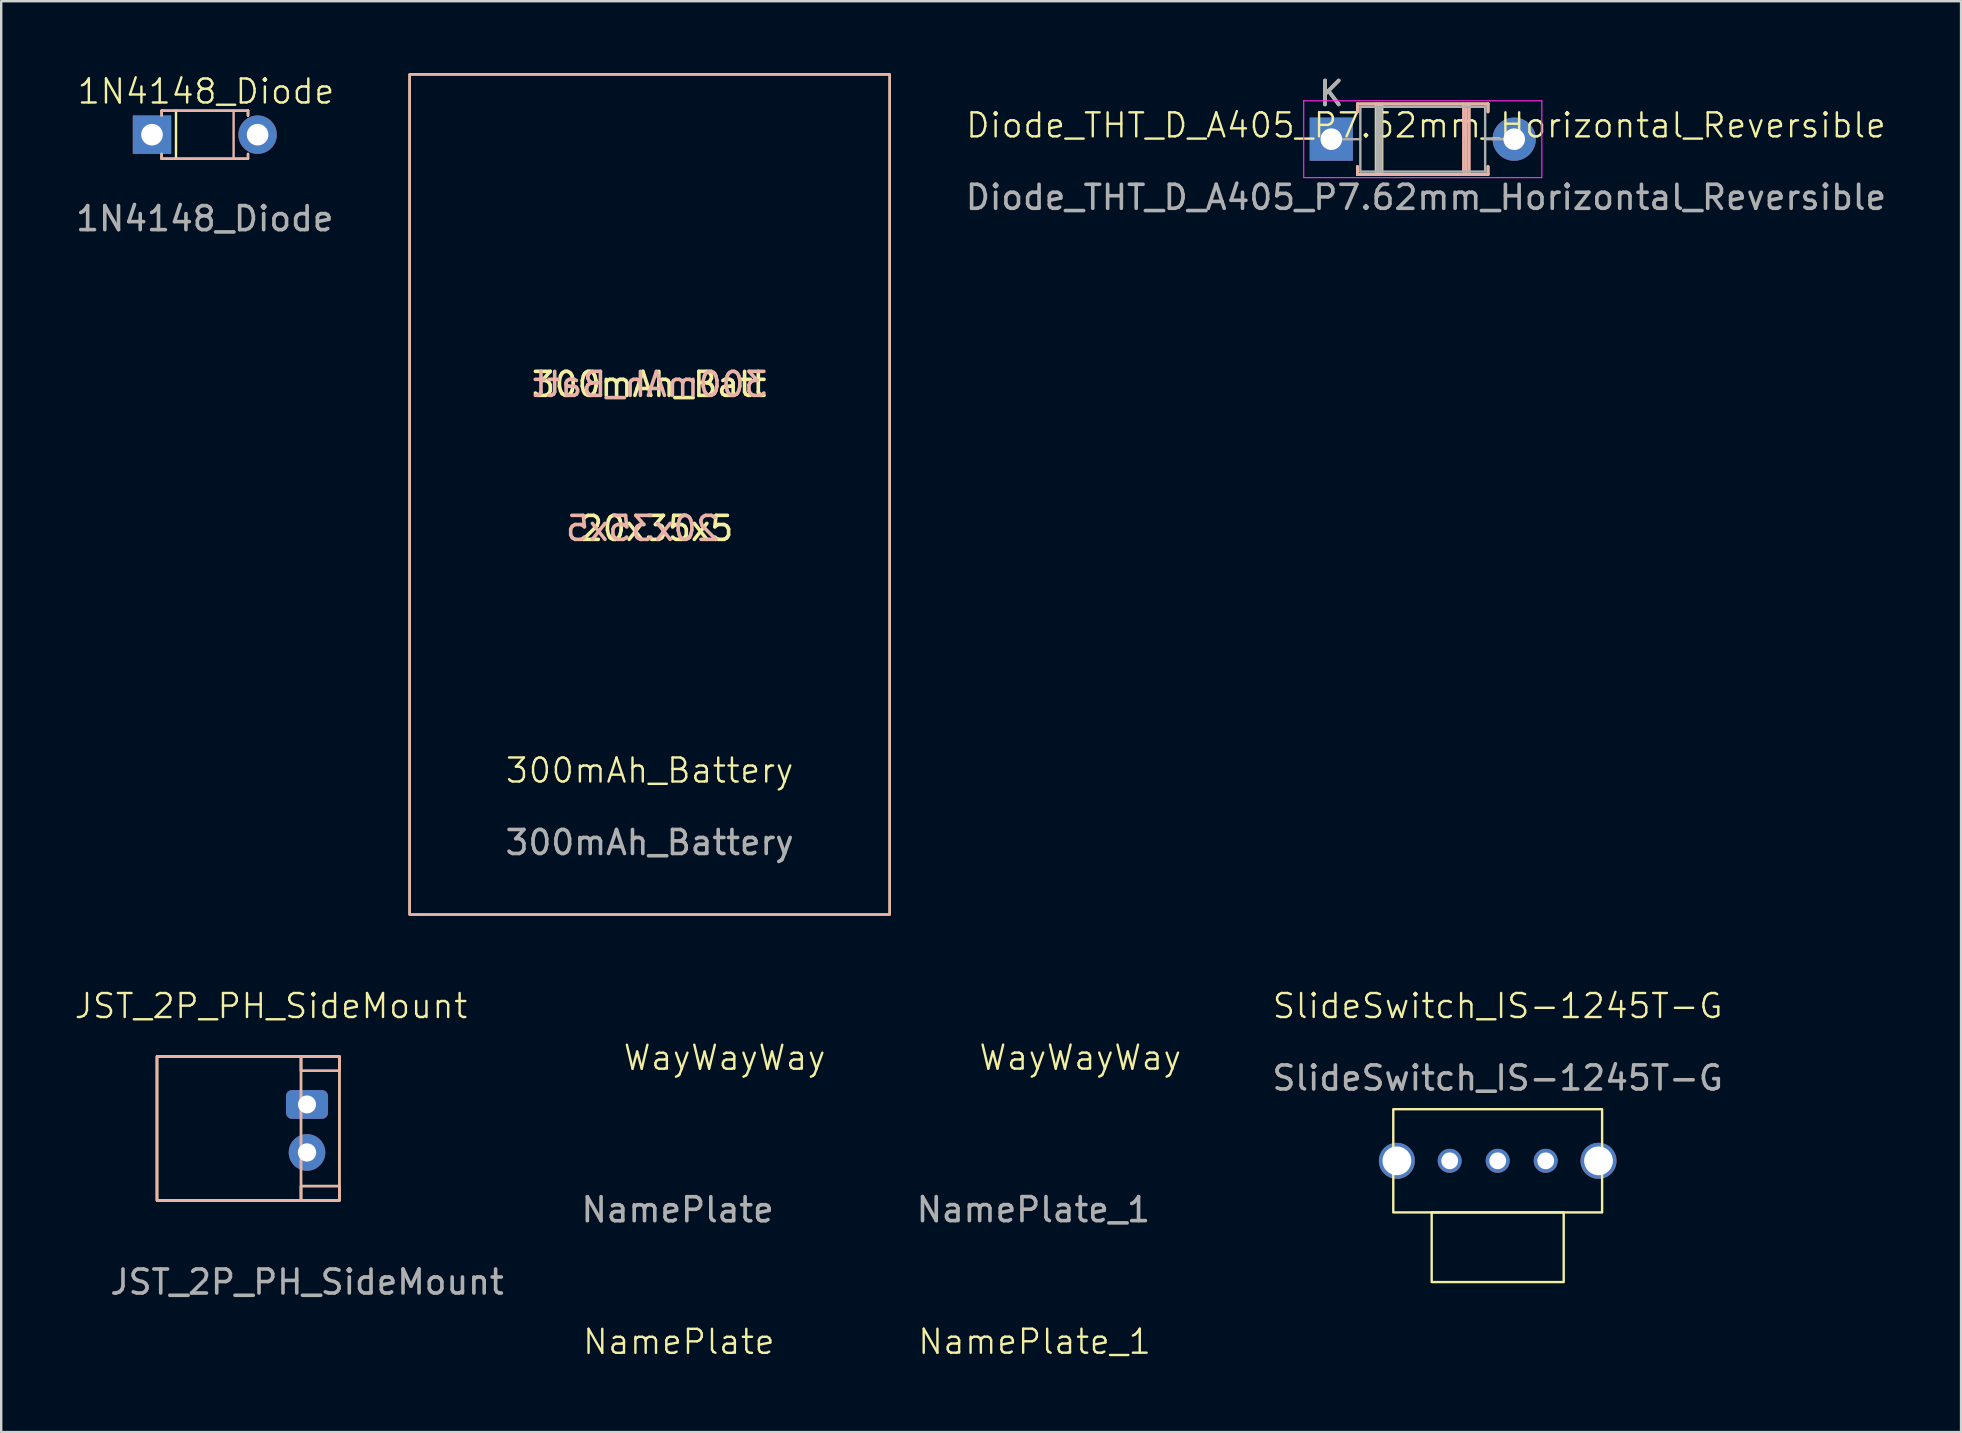
<source format=kicad_pcb>
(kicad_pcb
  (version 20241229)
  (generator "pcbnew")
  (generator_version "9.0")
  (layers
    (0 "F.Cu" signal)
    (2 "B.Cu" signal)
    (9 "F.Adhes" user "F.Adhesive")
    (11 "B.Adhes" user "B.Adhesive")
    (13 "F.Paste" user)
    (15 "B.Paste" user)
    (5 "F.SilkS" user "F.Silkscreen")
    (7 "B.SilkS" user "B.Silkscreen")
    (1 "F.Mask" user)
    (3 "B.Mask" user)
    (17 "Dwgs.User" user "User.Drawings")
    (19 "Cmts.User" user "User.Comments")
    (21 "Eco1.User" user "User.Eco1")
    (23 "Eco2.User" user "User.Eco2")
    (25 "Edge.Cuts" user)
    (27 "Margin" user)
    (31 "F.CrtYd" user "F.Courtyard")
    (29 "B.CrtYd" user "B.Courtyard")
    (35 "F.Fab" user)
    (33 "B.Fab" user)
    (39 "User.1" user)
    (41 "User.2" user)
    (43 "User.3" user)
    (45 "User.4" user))
  (footprint "SlideSwitch_IS-1245T-G"
    (layer "F.Cu")
    (at 59.344 45.31)
    (property "Reference" "SlideSwitch_IS-1245T-G" (at 0 -6.45 0) (unlocked yes) (layer "F.SilkS") (effects (font (size 1 1) (thickness 0.1))))
    (attr through_hole)
    (fp_rect (start -4.35 -2.15) (end 4.35 2.15) (stroke (width 0.1) (type default)) (fill no) (layer "F.SilkS"))
    (fp_rect (start -2.75 2.15) (end 2.75 5.05) (stroke (width 0.1) (type default)) (fill no) (layer "F.SilkS"))
    (fp_text user "${REFERENCE}" (at 0 -3.45 0) (unlocked yes) (layer "F.Fab") (effects (font (size 1 1) (thickness 0.15))))
    (pad "" thru_hole circle (at -4.2 0) (size 1.5 1.5) (drill 1.2) (layers "*.Cu" "*.Mask"))
    (pad "" thru_hole circle (at 4.2 0) (size 1.5 1.5) (drill 1.2) (layers "*.Cu" "*.Mask"))
    (pad "1" thru_hole circle (at -2 0) (size 1 1) (drill 0.7) (layers "*.Cu" "*.Mask"))
    (pad "2" thru_hole circle (at 0 0) (size 1 1) (drill 0.7) (layers "*.Cu" "*.Mask"))
    (pad "3" thru_hole circle (at 2 0) (size 1 1) (drill 0.7) (layers "*.Cu" "*.Mask")))
  (footprint "1N4148_Diode"
    (layer "F.Cu")
    (at 5.482 2.561)
    (property "Reference" "1N4148_Diode" (at 0.05 -1.8 0) (unlocked yes) (layer "F.SilkS") (effects (font (size 1 1) (thickness 0.1))))
    (attr through_hole)
    (fp_line (start -1.8 -1) (end -1.8 -0.8) (stroke (width 0.1) (type default)) (layer "F.SilkS"))
    (fp_line (start -1.8 1) (end -1.8 0.8) (stroke (width 0.1) (type default)) (layer "F.SilkS"))
    (fp_line (start -1.8 1) (end 1.8 1) (stroke (width 0.1) (type default)) (layer "F.SilkS"))
    (fp_line (start -1.2 1) (end -1.2 -1) (stroke (width 0.05) (type default)) (layer "F.SilkS"))
    (fp_line (start -1.2 1) (end -1.2 -1) (stroke (width 0.1) (type default)) (layer "F.SilkS"))
    (fp_line (start 1.8 -1) (end -1.8 -1) (stroke (width 0.1) (type default)) (layer "F.SilkS"))
    (fp_line (start 1.8 -1) (end 1.8 -0.8) (stroke (width 0.1) (type default)) (layer "F.SilkS"))
    (fp_line (start 1.8 -0.8) (end 1.8 -1) (stroke (width 0.1) (type default)) (layer "F.SilkS"))
    (fp_line (start 1.8 1) (end 1.8 0.8) (stroke (width 0.1) (type default)) (layer "F.SilkS"))
    (fp_line (start -1.8 -1) (end 1.8 -1) (stroke (width 0.1) (type default)) (layer "B.SilkS"))
    (fp_line (start -1.8 -0.8) (end -1.8 -1) (stroke (width 0.1) (type default)) (layer "B.SilkS"))
    (fp_line (start -1.8 1) (end -1.8 0.8) (stroke (width 0.1) (type default)) (layer "B.SilkS"))
    (fp_line (start 1.2 -1) (end 1.2 1) (stroke (width 0.1) (type default)) (layer "B.SilkS"))
    (fp_line (start 1.8 -1) (end 1.8 -0.8) (stroke (width 0.1) (type default)) (layer "B.SilkS"))
    (fp_line (start 1.8 0.8) (end 1.8 1) (stroke (width 0.1) (type default)) (layer "B.SilkS"))
    (fp_line (start 1.8 1) (end -1.8 1) (stroke (width 0.1) (type default)) (layer "B.SilkS"))
    (fp_text user "${REFERENCE}" (at 0 3.5 0) (unlocked yes) (layer "F.Fab") (effects (font (size 1 1) (thickness 0.15))))
    (pad "1" thru_hole rect (at -2.2 0) (size 1.6 1.6) (drill 0.9) (layers "*.Cu" "*.Mask"))
    (pad "2" thru_hole circle (at 2.2 0) (size 1.6 1.6) (drill 0.9) (layers "*.Cu" "*.Mask")))
  (footprint "NamePlate_1"
    (layer "F.Cu")
    (at 40.026 40.146)
    (property "Reference" "NamePlate_1" (at 0.025 12.7 0) (unlocked yes) (layer "F.SilkS") (effects (font (size 1 1) (thickness 0.1))))
    (attr smd)
    (fp_line (start -3.921 -1.421) (end -3.921 1.421) (stroke (width 0.25) (type default)) (layer "F.Mask"))
    (fp_line (start -3.421 -1.921) (end 5.721 -1.921) (stroke (width 0.25) (type default)) (layer "F.Mask"))
    (fp_line (start -3.421 1.921) (end 5.721 1.921) (stroke (width 0.25) (type default)) (layer "F.Mask"))
    (fp_line (start 6.221 -1.421) (end 6.221 1.421) (stroke (width 0.25) (type default)) (layer "F.Mask"))
    (fp_rect (start 5.98 -1.775) (end 6.135 -0.98) (stroke (width 0.1) (type solid)) (fill yes) (layer "F.Mask"))
    (fp_arc (start -3.921447 -1.421447) (mid -3.775 -1.775) (end -3.421447 -1.921447) (stroke (width 0.25) (type default)) (layer "F.Mask"))
    (fp_arc (start -3.421447 1.921447) (mid -3.775 1.775) (end -3.921447 1.421447) (stroke (width 0.25) (type default)) (layer "F.Mask"))
    (fp_arc (start 5.721447 -1.921447) (mid 6.075 -1.775) (end 6.221447 -1.421447) (stroke (width 0.25) (type default)) (layer "F.Mask"))
    (fp_arc (start 6.221447 1.421447) (mid 6.075 1.775) (end 5.721447 1.921447) (stroke (width 0.25) (type default)) (layer "F.Mask"))
    (fp_text user "SN:" (at -3.725 1.825 0) (unlocked yes) (layer "F.Mask") (effects (font (face "Arial") (size 0.7 0.7) (thickness 0.15) (bold yes)) (justify left bottom)))
    (fp_text user "LGK-246" (at -3.79 -0.51 0) (unlocked yes) (layer "F.Mask" knockout) (effects (font (face "Arial Black") (size 1 1) (thickness 0.2) (bold yes)) (justify left bottom)))
    (fp_text user "PN : 01" (at 2.76 -0.9 0) (unlocked yes) (layer "F.Mask" knockout) (effects (font (face "Arial") (size 0.7 0.7) (thickness 0.15) (bold yes)) (justify left bottom)))
    (fp_text user "Wireless Keyboard" (at -3.75 0.325 0) (unlocked yes) (layer "F.Mask") (effects (font (face "Arial") (size 0.7 0.7) (thickness 0.15) (bold yes)) (justify left bottom)))
    (fp_text user "WayWayWay" (at -2.35 1.45 0) (unlocked yes) (layer "F.SilkS") (effects (font (size 1 1) (thickness 0.1)) (justify left bottom)))
    (fp_text user "${REFERENCE}" (at -0.025 7.2 0) (unlocked yes) (layer "F.Fab") (effects (font (size 1 1) (thickness 0.15)))))
  (footprint "JST_2P_PH_SideMount"
    (layer "F.Cu")
    (at 9.74 43.961)
    (property "Reference" "JST_2P_PH_SideMount" (at -1.5 -5.1 0) (unlocked yes) (layer "F.SilkS") (effects (font (size 1 1) (thickness 0.1))))
    (attr through_hole)
    (fp_rect (start -6.25 -3) (end -0.25 3) (stroke (width 0.1) (type default)) (fill no) (layer "F.SilkS"))
    (fp_rect (start -6.25 -3) (end 1.35 3) (stroke (width 0.1) (type default)) (fill no) (layer "F.SilkS"))
    (fp_rect (start -0.25 -3) (end 1.35 -2.4) (stroke (width 0.1) (type default)) (fill no) (layer "F.SilkS"))
    (fp_rect (start -0.25 2.4) (end 1.35 3) (stroke (width 0.1) (type default)) (fill no) (layer "F.SilkS"))
    (fp_rect (start -6.25 -3) (end -0.25 3) (stroke (width 0.1) (type default)) (fill no) (layer "B.SilkS"))
    (fp_rect (start -6.25 -3) (end 1.35 3) (stroke (width 0.1) (type default)) (fill no) (layer "B.SilkS"))
    (fp_rect (start -0.25 -3) (end 1.35 -2.4) (stroke (width 0.1) (type default)) (fill no) (layer "B.SilkS"))
    (fp_rect (start -0.25 2.4) (end 1.35 3) (stroke (width 0.1) (type default)) (fill no) (layer "B.SilkS"))
    (fp_line (start 0 0) (end -6.25 0) (stroke (width 0.1) (type default)) (layer "User.1"))
    (fp_line (start 0 0) (end 1.35 0) (stroke (width 0.1) (type default)) (layer "User.1"))
    (fp_text user "${REFERENCE}" (at 0 6.4 0) (unlocked yes) (layer "F.Fab") (effects (font (size 1 1) (thickness 0.15))))
    (pad "1" thru_hole roundrect (at 0 -1 90) (size 1.2 1.75) (drill 0.75) (layers "*.Cu" "*.Mask") (roundrect_rratio 0.208))
    (pad "2" thru_hole circle (at 0 1) (size 1.524 1.524) (drill 0.762) (layers "*.Cu" "*.Mask")))
  (footprint "Diode_THT_D_A405_P7.62mm_Horizontal_Reversible"
    (layer "F.Cu")
    (at 56.356 2.672)
    (property "Reference" "Diode_THT_D_A405_P7.62mm_Horizontal_Reversible" (at 0 -0.5 0) (unlocked yes) (layer "F.SilkS") (effects (font (size 1 1) (thickness 0.1))))
    (attr through_hole)
    (fp_line (start -2.854 -1.394) (end 2.586 -1.394) (stroke (width 0.12) (type solid)) (layer "F.SilkS"))
    (fp_line (start -2.854 -1.064) (end -2.854 -1.394) (stroke (width 0.12) (type solid)) (layer "F.SilkS"))
    (fp_line (start -2.854 1.216) (end -2.854 1.546) (stroke (width 0.12) (type solid)) (layer "F.SilkS"))
    (fp_line (start -2.854 1.546) (end 2.586 1.546) (stroke (width 0.12) (type solid)) (layer "F.SilkS"))
    (fp_line (start -2.074 -1.394) (end -2.074 1.546) (stroke (width 0.12) (type solid)) (layer "F.SilkS"))
    (fp_line (start -1.954 -1.394) (end -1.954 1.546) (stroke (width 0.12) (type solid)) (layer "F.SilkS"))
    (fp_line (start -1.834 -1.394) (end -1.834 1.546) (stroke (width 0.12) (type solid)) (layer "F.SilkS"))
    (fp_line (start 2.586 -1.394) (end 2.586 -1.064) (stroke (width 0.12) (type solid)) (layer "F.SilkS"))
    (fp_line (start 2.586 1.546) (end 2.586 1.216) (stroke (width 0.12) (type solid)) (layer "F.SilkS"))
    (fp_line (start -2.856 -1.391) (end 2.584 -1.391) (stroke (width 0.12) (type solid)) (layer "B.SilkS"))
    (fp_line (start -2.856 -1.061) (end -2.856 -1.391) (stroke (width 0.12) (type solid)) (layer "B.SilkS"))
    (fp_line (start -2.856 1.219) (end -2.856 1.549) (stroke (width 0.12) (type solid)) (layer "B.SilkS"))
    (fp_line (start -2.856 1.549) (end 2.584 1.549) (stroke (width 0.12) (type solid)) (layer "B.SilkS"))
    (fp_line (start 1.564 1.549) (end 1.564 -1.391) (stroke (width 0.12) (type solid)) (layer "B.SilkS"))
    (fp_line (start 1.684 1.549) (end 1.684 -1.391) (stroke (width 0.12) (type solid)) (layer "B.SilkS"))
    (fp_line (start 1.804 1.549) (end 1.804 -1.391) (stroke (width 0.12) (type solid)) (layer "B.SilkS"))
    (fp_line (start 2.584 -1.391) (end 2.584 -1.061) (stroke (width 0.12) (type solid)) (layer "B.SilkS"))
    (fp_line (start 2.584 1.549) (end 2.584 1.219) (stroke (width 0.12) (type solid)) (layer "B.SilkS"))
    (fp_line (start -5.094 -1.524) (end -5.094 1.676) (stroke (width 0.05) (type solid)) (layer "F.CrtYd"))
    (fp_line (start -5.094 1.676) (end 4.826 1.676) (stroke (width 0.05) (type solid)) (layer "F.CrtYd"))
    (fp_line (start 4.826 -1.524) (end -5.094 -1.524) (stroke (width 0.05) (type solid)) (layer "F.CrtYd"))
    (fp_line (start 4.826 1.676) (end 4.826 -1.524) (stroke (width 0.05) (type solid)) (layer "F.CrtYd"))
    (fp_line (start -3.944 0.076) (end -2.734 0.076) (stroke (width 0.1) (type solid)) (layer "F.Fab"))
    (fp_line (start -2.734 -1.274) (end -2.734 1.426) (stroke (width 0.1) (type solid)) (layer "F.Fab"))
    (fp_line (start -2.734 1.426) (end 2.466 1.426) (stroke (width 0.1) (type solid)) (layer "F.Fab"))
    (fp_line (start -2.054 -1.274) (end -2.054 1.426) (stroke (width 0.1) (type solid)) (layer "F.Fab"))
    (fp_line (start -1.954 -1.274) (end -1.954 1.426) (stroke (width 0.1) (type solid)) (layer "F.Fab"))
    (fp_line (start -1.854 -1.274) (end -1.854 1.426) (stroke (width 0.1) (type solid)) (layer "F.Fab"))
    (fp_line (start 2.466 -1.274) (end -2.734 -1.274) (stroke (width 0.1) (type solid)) (layer "F.Fab"))
    (fp_line (start 2.466 1.426) (end 2.466 -1.274) (stroke (width 0.1) (type solid)) (layer "F.Fab"))
    (fp_line (start 3.676 0.076) (end 2.466 0.076) (stroke (width 0.1) (type solid)) (layer "F.Fab"))
    (fp_text user "K" (at -3.944 -1.824 0) (layer "F.SilkS") (effects (font (size 1 1) (thickness 0.15))))
    (fp_text user "K" (at -3.944 -1.824 0) (layer "F.Fab") (effects (font (size 1 1) (thickness 0.15))))
    (fp_text user "${REFERENCE}" (at 0 2.5 0) (unlocked yes) (layer "F.Fab") (effects (font (size 1 1) (thickness 0.15))))
    (pad "1" thru_hole rect (at -3.944 0.076) (size 1.8 1.8) (drill 0.9) (layers "*.Cu" "*.Mask"))
    (pad "2" thru_hole oval (at 3.676 0.076) (size 1.8 1.8) (drill 0.9) (layers "*.Cu" "*.Mask")))
  (footprint "NamePlate"
    (layer "F.Cu")
    (at 25.206 40.15)
    (property "Reference" "NamePlate" (at 0.025 12.7 0) (unlocked yes) (layer "F.SilkS") (effects (font (size 1 1) (thickness 0.1))))
    (attr smd)
    (fp_line (start -3.921 -1.421) (end -3.921 1.421) (stroke (width 0.25) (type default)) (layer "F.Mask"))
    (fp_line (start -3.421 -1.921) (end 5.721 -1.921) (stroke (width 0.25) (type default)) (layer "F.Mask"))
    (fp_line (start -3.421 1.921) (end 5.721 1.921) (stroke (width 0.25) (type default)) (layer "F.Mask"))
    (fp_line (start 6.221 -1.421) (end 6.221 1.421) (stroke (width 0.25) (type default)) (layer "F.Mask"))
    (fp_rect (start 5.98 -1.775) (end 6.135 -0.98) (stroke (width 0.1) (type solid)) (fill yes) (layer "F.Mask"))
    (fp_arc (start -3.921447 -1.421447) (mid -3.775 -1.775) (end -3.421447 -1.921447) (stroke (width 0.25) (type default)) (layer "F.Mask"))
    (fp_arc (start -3.421447 1.921447) (mid -3.775 1.775) (end -3.921447 1.421447) (stroke (width 0.25) (type default)) (layer "F.Mask"))
    (fp_arc (start 5.721447 -1.921447) (mid 6.075 -1.775) (end 6.221447 -1.421447) (stroke (width 0.25) (type default)) (layer "F.Mask"))
    (fp_arc (start 6.221447 1.421447) (mid 6.075 1.775) (end 5.721447 1.921447) (stroke (width 0.25) (type default)) (layer "F.Mask"))
    (fp_rect (start -4 -2) (end 6.3 2) (stroke (width 0.1) (type solid)) (fill no) (layer "User.1"))
    (fp_text user "SN:" (at -3.725 1.825 0) (unlocked yes) (layer "F.Mask") (effects (font (face "Arial") (size 0.7 0.7) (thickness 0.15) (bold yes)) (justify left bottom)))
    (fp_text user "Wireless Keyboard" (at -3.75 0.325 0) (unlocked yes) (layer "F.Mask") (effects (font (face "Arial") (size 0.7 0.7) (thickness 0.15) (bold yes)) (justify left bottom)))
    (fp_text user "PN : 01" (at 2.76 -0.9 0) (unlocked yes) (layer "F.Mask" knockout) (effects (font (face "Arial") (size 0.7 0.7) (thickness 0.15) (bold yes)) (justify left bottom)))
    (fp_text user "LGK-246" (at -3.79 -0.51 0) (unlocked yes) (layer "F.Mask" knockout) (effects (font (face "Arial Black") (size 1 1) (thickness 0.2) (bold yes)) (justify left bottom)))
    (fp_text user "WayWayWay" (at -2.35 1.45 0) (unlocked yes) (layer "F.SilkS") (effects (font (size 1 1) (thickness 0.1)) (justify left bottom)))
    (fp_text user "${REFERENCE}" (at -0.025 7.2 0) (unlocked yes) (layer "F.Fab") (effects (font (size 1 1) (thickness 0.15)))))
  (footprint "300mAh_Battery"
    (layer "F.Cu")
    (at 24.014 17.55)
    (property "Reference" "300mAh_Battery" (at 0 11.5 0) (unlocked yes) (layer "F.SilkS") (effects (font (size 1 1) (thickness 0.1))))
    (attr through_hole)
    (fp_rect (start -10 -17.5) (end 10 17.5) (stroke (width 0.1) (type default)) (fill no) (layer "F.SilkS"))
    (fp_rect (start -10 -17.5) (end 10 17.5) (stroke (width 0.1) (type default)) (fill no) (layer "B.SilkS"))
    (fp_text user "20x35x5" (at -3 2 0) (unlocked yes) (layer "F.SilkS") (effects (font (size 1 1) (thickness 0.15)) (justify left bottom)))
    (fp_text user "300mAh_Batt" (at -5 -4 0) (unlocked yes) (layer "F.SilkS") (effects (font (size 1 1) (thickness 0.15)) (justify left bottom)))
    (fp_text user "300mAh_Batt" (at 5 -4 0) (unlocked yes) (layer "B.SilkS") (effects (font (size 1 1) (thickness 0.15)) (justify left bottom mirror)))
    (fp_text user "20x35x5" (at 3 2 0) (unlocked yes) (layer "B.SilkS") (effects (font (size 1 1) (thickness 0.15)) (justify left bottom mirror)))
    (fp_text user "${REFERENCE}" (at 0 14.5 0) (unlocked yes) (layer "F.Fab") (effects (font (size 1 1) (thickness 0.15)))))
  (gr_rect
    (start -3 -3)
    (end 78.648 56.611)
    (stroke (width 0.1) (type default))
    (fill no)
    (layer "Edge.Cuts")))
</source>
